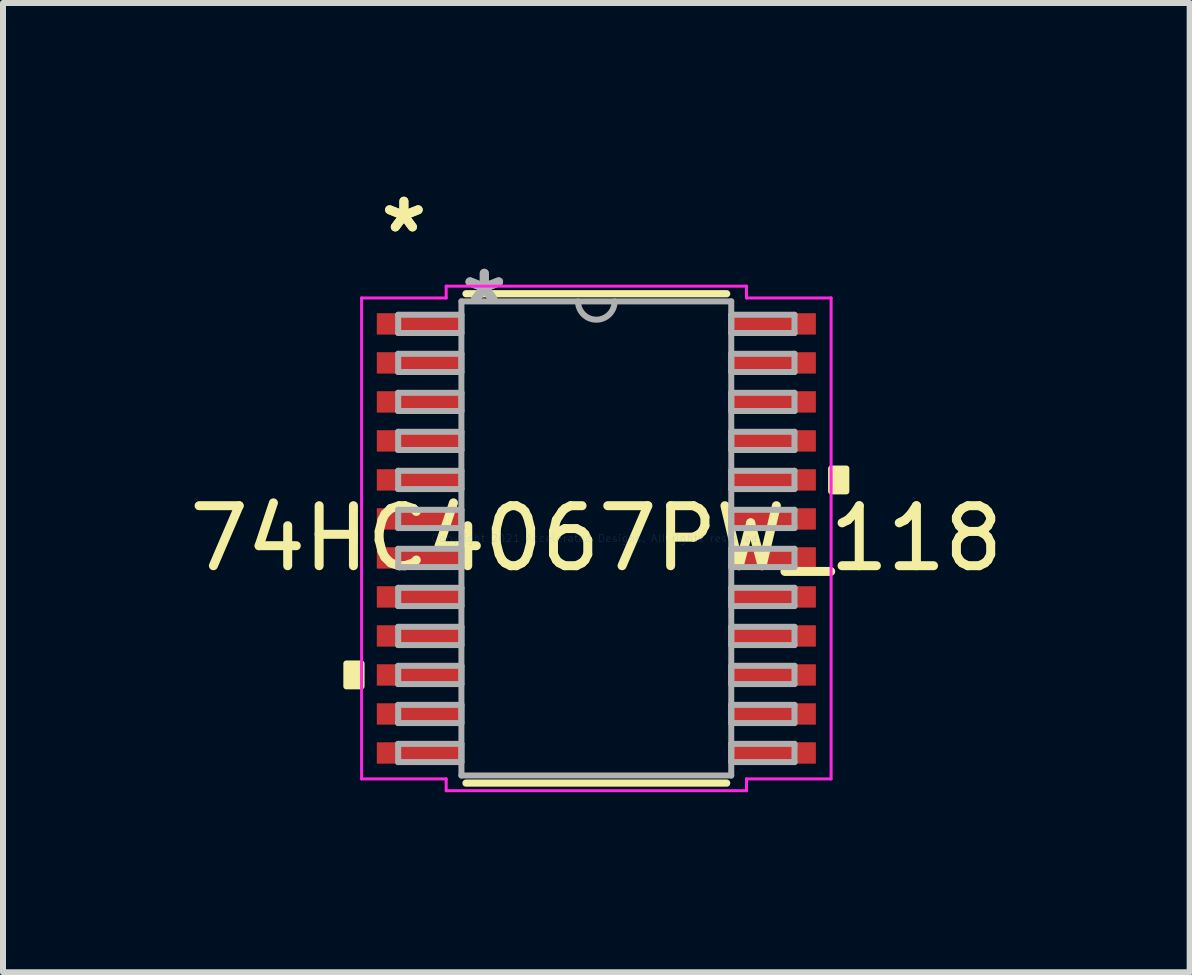
<source format=kicad_pcb>
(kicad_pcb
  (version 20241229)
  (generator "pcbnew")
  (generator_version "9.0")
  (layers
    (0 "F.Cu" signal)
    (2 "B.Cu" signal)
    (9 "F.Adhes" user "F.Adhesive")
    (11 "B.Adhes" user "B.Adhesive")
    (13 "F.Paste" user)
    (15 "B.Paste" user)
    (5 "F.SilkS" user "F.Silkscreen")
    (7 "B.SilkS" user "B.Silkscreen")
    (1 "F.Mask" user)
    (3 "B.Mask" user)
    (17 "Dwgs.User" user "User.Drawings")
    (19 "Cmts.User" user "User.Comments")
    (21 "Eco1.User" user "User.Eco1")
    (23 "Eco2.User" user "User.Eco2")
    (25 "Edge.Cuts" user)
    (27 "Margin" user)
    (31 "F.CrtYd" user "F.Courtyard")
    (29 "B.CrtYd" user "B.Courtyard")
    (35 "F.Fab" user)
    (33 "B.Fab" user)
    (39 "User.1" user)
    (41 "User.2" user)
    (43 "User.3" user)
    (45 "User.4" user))
  (footprint "74HC4067PW_118"
    (layer "F.Cu")
    (at 6.887 5.922)
    (property "Reference" "74HC4067PW_118" (at 0 0 0) (layer "F.SilkS") (effects (font (size 1 1) (thickness 0.15))))
    (attr through_hole)
    (fp_line (start -2.172 4.077) (end 2.172 4.077) (stroke (width 0.12) (type solid)) (layer "F.SilkS"))
    (fp_line (start 2.172 -4.077) (end -2.172 -4.077) (stroke (width 0.12) (type solid)) (layer "F.SilkS"))
    (fp_poly (pts (xy -4.166 2.084) (xy -4.166 2.465) (xy -3.912 2.465) (xy -3.912 2.084)) (stroke (width 0.1) (type solid)) (fill yes) (layer "F.SilkS"))
    (fp_poly (pts (xy 4.166 -1.165) (xy 4.166 -0.784) (xy 3.912 -0.784) (xy 3.912 -1.165)) (stroke (width 0.1) (type solid)) (fill yes) (layer "F.SilkS"))
    (fp_line (start -3.912 -4.007) (end -2.502 -4.007) (stroke (width 0.05) (type solid)) (layer "F.CrtYd"))
    (fp_line (start -3.912 4.007) (end -3.912 -4.007) (stroke (width 0.05) (type solid)) (layer "F.CrtYd"))
    (fp_line (start -2.502 -4.204) (end 2.502 -4.204) (stroke (width 0.05) (type solid)) (layer "F.CrtYd"))
    (fp_line (start -2.502 -4.007) (end -2.502 -4.204) (stroke (width 0.05) (type solid)) (layer "F.CrtYd"))
    (fp_line (start -2.502 4.007) (end -3.912 4.007) (stroke (width 0.05) (type solid)) (layer "F.CrtYd"))
    (fp_line (start -2.502 4.204) (end -2.502 4.007) (stroke (width 0.05) (type solid)) (layer "F.CrtYd"))
    (fp_line (start 2.502 -4.204) (end 2.502 -4.007) (stroke (width 0.05) (type solid)) (layer "F.CrtYd"))
    (fp_line (start 2.502 -4.007) (end 3.912 -4.007) (stroke (width 0.05) (type solid)) (layer "F.CrtYd"))
    (fp_line (start 2.502 4.007) (end 2.502 4.204) (stroke (width 0.05) (type solid)) (layer "F.CrtYd"))
    (fp_line (start 2.502 4.204) (end -2.502 4.204) (stroke (width 0.05) (type solid)) (layer "F.CrtYd"))
    (fp_line (start 3.912 -4.007) (end 3.912 4.007) (stroke (width 0.05) (type solid)) (layer "F.CrtYd"))
    (fp_line (start 3.912 4.007) (end 2.502 4.007) (stroke (width 0.05) (type solid)) (layer "F.CrtYd"))
    (fp_line (start -3.302 -3.727) (end -3.302 -3.423) (stroke (width 0.1) (type solid)) (layer "F.Fab"))
    (fp_line (start -3.302 -3.423) (end -2.248 -3.423) (stroke (width 0.1) (type solid)) (layer "F.Fab"))
    (fp_line (start -3.302 -3.077) (end -3.302 -2.773) (stroke (width 0.1) (type solid)) (layer "F.Fab"))
    (fp_line (start -3.302 -2.773) (end -2.248 -2.773) (stroke (width 0.1) (type solid)) (layer "F.Fab"))
    (fp_line (start -3.302 -2.427) (end -3.302 -2.123) (stroke (width 0.1) (type solid)) (layer "F.Fab"))
    (fp_line (start -3.302 -2.123) (end -2.248 -2.123) (stroke (width 0.1) (type solid)) (layer "F.Fab"))
    (fp_line (start -3.302 -1.777) (end -3.302 -1.473) (stroke (width 0.1) (type solid)) (layer "F.Fab"))
    (fp_line (start -3.302 -1.473) (end -2.248 -1.473) (stroke (width 0.1) (type solid)) (layer "F.Fab"))
    (fp_line (start -3.302 -1.127) (end -3.302 -0.823) (stroke (width 0.1) (type solid)) (layer "F.Fab"))
    (fp_line (start -3.302 -0.823) (end -2.248 -0.823) (stroke (width 0.1) (type solid)) (layer "F.Fab"))
    (fp_line (start -3.302 -0.477) (end -3.302 -0.173) (stroke (width 0.1) (type solid)) (layer "F.Fab"))
    (fp_line (start -3.302 -0.173) (end -2.248 -0.173) (stroke (width 0.1) (type solid)) (layer "F.Fab"))
    (fp_line (start -3.302 0.173) (end -3.302 0.477) (stroke (width 0.1) (type solid)) (layer "F.Fab"))
    (fp_line (start -3.302 0.477) (end -2.248 0.477) (stroke (width 0.1) (type solid)) (layer "F.Fab"))
    (fp_line (start -3.302 0.823) (end -3.302 1.127) (stroke (width 0.1) (type solid)) (layer "F.Fab"))
    (fp_line (start -3.302 1.127) (end -2.248 1.127) (stroke (width 0.1) (type solid)) (layer "F.Fab"))
    (fp_line (start -3.302 1.473) (end -3.302 1.777) (stroke (width 0.1) (type solid)) (layer "F.Fab"))
    (fp_line (start -3.302 1.777) (end -2.248 1.777) (stroke (width 0.1) (type solid)) (layer "F.Fab"))
    (fp_line (start -3.302 2.123) (end -3.302 2.427) (stroke (width 0.1) (type solid)) (layer "F.Fab"))
    (fp_line (start -3.302 2.427) (end -2.248 2.427) (stroke (width 0.1) (type solid)) (layer "F.Fab"))
    (fp_line (start -3.302 2.773) (end -3.302 3.077) (stroke (width 0.1) (type solid)) (layer "F.Fab"))
    (fp_line (start -3.302 3.077) (end -2.248 3.077) (stroke (width 0.1) (type solid)) (layer "F.Fab"))
    (fp_line (start -3.302 3.423) (end -3.302 3.727) (stroke (width 0.1) (type solid)) (layer "F.Fab"))
    (fp_line (start -3.302 3.727) (end -2.248 3.727) (stroke (width 0.1) (type solid)) (layer "F.Fab"))
    (fp_line (start -2.248 -3.95) (end -2.248 3.95) (stroke (width 0.1) (type solid)) (layer "F.Fab"))
    (fp_line (start -2.248 -3.727) (end -3.302 -3.727) (stroke (width 0.1) (type solid)) (layer "F.Fab"))
    (fp_line (start -2.248 -3.423) (end -2.248 -3.727) (stroke (width 0.1) (type solid)) (layer "F.Fab"))
    (fp_line (start -2.248 -3.077) (end -3.302 -3.077) (stroke (width 0.1) (type solid)) (layer "F.Fab"))
    (fp_line (start -2.248 -2.773) (end -2.248 -3.077) (stroke (width 0.1) (type solid)) (layer "F.Fab"))
    (fp_line (start -2.248 -2.427) (end -3.302 -2.427) (stroke (width 0.1) (type solid)) (layer "F.Fab"))
    (fp_line (start -2.248 -2.123) (end -2.248 -2.427) (stroke (width 0.1) (type solid)) (layer "F.Fab"))
    (fp_line (start -2.248 -1.777) (end -3.302 -1.777) (stroke (width 0.1) (type solid)) (layer "F.Fab"))
    (fp_line (start -2.248 -1.473) (end -2.248 -1.777) (stroke (width 0.1) (type solid)) (layer "F.Fab"))
    (fp_line (start -2.248 -1.127) (end -3.302 -1.127) (stroke (width 0.1) (type solid)) (layer "F.Fab"))
    (fp_line (start -2.248 -0.823) (end -2.248 -1.127) (stroke (width 0.1) (type solid)) (layer "F.Fab"))
    (fp_line (start -2.248 -0.477) (end -3.302 -0.477) (stroke (width 0.1) (type solid)) (layer "F.Fab"))
    (fp_line (start -2.248 -0.173) (end -2.248 -0.477) (stroke (width 0.1) (type solid)) (layer "F.Fab"))
    (fp_line (start -2.248 0.173) (end -3.302 0.173) (stroke (width 0.1) (type solid)) (layer "F.Fab"))
    (fp_line (start -2.248 0.477) (end -2.248 0.173) (stroke (width 0.1) (type solid)) (layer "F.Fab"))
    (fp_line (start -2.248 0.823) (end -3.302 0.823) (stroke (width 0.1) (type solid)) (layer "F.Fab"))
    (fp_line (start -2.248 1.127) (end -2.248 0.823) (stroke (width 0.1) (type solid)) (layer "F.Fab"))
    (fp_line (start -2.248 1.473) (end -3.302 1.473) (stroke (width 0.1) (type solid)) (layer "F.Fab"))
    (fp_line (start -2.248 1.777) (end -2.248 1.473) (stroke (width 0.1) (type solid)) (layer "F.Fab"))
    (fp_line (start -2.248 2.123) (end -3.302 2.123) (stroke (width 0.1) (type solid)) (layer "F.Fab"))
    (fp_line (start -2.248 2.427) (end -2.248 2.123) (stroke (width 0.1) (type solid)) (layer "F.Fab"))
    (fp_line (start -2.248 2.773) (end -3.302 2.773) (stroke (width 0.1) (type solid)) (layer "F.Fab"))
    (fp_line (start -2.248 3.077) (end -2.248 2.773) (stroke (width 0.1) (type solid)) (layer "F.Fab"))
    (fp_line (start -2.248 3.423) (end -3.302 3.423) (stroke (width 0.1) (type solid)) (layer "F.Fab"))
    (fp_line (start -2.248 3.727) (end -2.248 3.423) (stroke (width 0.1) (type solid)) (layer "F.Fab"))
    (fp_line (start -2.248 3.95) (end 2.248 3.95) (stroke (width 0.1) (type solid)) (layer "F.Fab"))
    (fp_line (start 2.248 -3.95) (end -2.248 -3.95) (stroke (width 0.1) (type solid)) (layer "F.Fab"))
    (fp_line (start 2.248 -3.727) (end 2.248 -3.423) (stroke (width 0.1) (type solid)) (layer "F.Fab"))
    (fp_line (start 2.248 -3.423) (end 3.302 -3.423) (stroke (width 0.1) (type solid)) (layer "F.Fab"))
    (fp_line (start 2.248 -3.077) (end 2.248 -2.773) (stroke (width 0.1) (type solid)) (layer "F.Fab"))
    (fp_line (start 2.248 -2.773) (end 3.302 -2.773) (stroke (width 0.1) (type solid)) (layer "F.Fab"))
    (fp_line (start 2.248 -2.427) (end 2.248 -2.123) (stroke (width 0.1) (type solid)) (layer "F.Fab"))
    (fp_line (start 2.248 -2.123) (end 3.302 -2.123) (stroke (width 0.1) (type solid)) (layer "F.Fab"))
    (fp_line (start 2.248 -1.777) (end 2.248 -1.473) (stroke (width 0.1) (type solid)) (layer "F.Fab"))
    (fp_line (start 2.248 -1.473) (end 3.302 -1.473) (stroke (width 0.1) (type solid)) (layer "F.Fab"))
    (fp_line (start 2.248 -1.127) (end 2.248 -0.823) (stroke (width 0.1) (type solid)) (layer "F.Fab"))
    (fp_line (start 2.248 -0.823) (end 3.302 -0.823) (stroke (width 0.1) (type solid)) (layer "F.Fab"))
    (fp_line (start 2.248 -0.477) (end 2.248 -0.173) (stroke (width 0.1) (type solid)) (layer "F.Fab"))
    (fp_line (start 2.248 -0.173) (end 3.302 -0.173) (stroke (width 0.1) (type solid)) (layer "F.Fab"))
    (fp_line (start 2.248 0.173) (end 2.248 0.477) (stroke (width 0.1) (type solid)) (layer "F.Fab"))
    (fp_line (start 2.248 0.477) (end 3.302 0.477) (stroke (width 0.1) (type solid)) (layer "F.Fab"))
    (fp_line (start 2.248 0.823) (end 2.248 1.127) (stroke (width 0.1) (type solid)) (layer "F.Fab"))
    (fp_line (start 2.248 1.127) (end 3.302 1.127) (stroke (width 0.1) (type solid)) (layer "F.Fab"))
    (fp_line (start 2.248 1.473) (end 2.248 1.777) (stroke (width 0.1) (type solid)) (layer "F.Fab"))
    (fp_line (start 2.248 1.777) (end 3.302 1.777) (stroke (width 0.1) (type solid)) (layer "F.Fab"))
    (fp_line (start 2.248 2.123) (end 2.248 2.427) (stroke (width 0.1) (type solid)) (layer "F.Fab"))
    (fp_line (start 2.248 2.427) (end 3.302 2.427) (stroke (width 0.1) (type solid)) (layer "F.Fab"))
    (fp_line (start 2.248 2.773) (end 2.248 3.077) (stroke (width 0.1) (type solid)) (layer "F.Fab"))
    (fp_line (start 2.248 3.077) (end 3.302 3.077) (stroke (width 0.1) (type solid)) (layer "F.Fab"))
    (fp_line (start 2.248 3.423) (end 2.248 3.727) (stroke (width 0.1) (type solid)) (layer "F.Fab"))
    (fp_line (start 2.248 3.727) (end 3.302 3.727) (stroke (width 0.1) (type solid)) (layer "F.Fab"))
    (fp_line (start 2.248 3.95) (end 2.248 -3.95) (stroke (width 0.1) (type solid)) (layer "F.Fab"))
    (fp_line (start 3.302 -3.727) (end 2.248 -3.727) (stroke (width 0.1) (type solid)) (layer "F.Fab"))
    (fp_line (start 3.302 -3.423) (end 3.302 -3.727) (stroke (width 0.1) (type solid)) (layer "F.Fab"))
    (fp_line (start 3.302 -3.077) (end 2.248 -3.077) (stroke (width 0.1) (type solid)) (layer "F.Fab"))
    (fp_line (start 3.302 -2.773) (end 3.302 -3.077) (stroke (width 0.1) (type solid)) (layer "F.Fab"))
    (fp_line (start 3.302 -2.427) (end 2.248 -2.427) (stroke (width 0.1) (type solid)) (layer "F.Fab"))
    (fp_line (start 3.302 -2.123) (end 3.302 -2.427) (stroke (width 0.1) (type solid)) (layer "F.Fab"))
    (fp_line (start 3.302 -1.777) (end 2.248 -1.777) (stroke (width 0.1) (type solid)) (layer "F.Fab"))
    (fp_line (start 3.302 -1.473) (end 3.302 -1.777) (stroke (width 0.1) (type solid)) (layer "F.Fab"))
    (fp_line (start 3.302 -1.127) (end 2.248 -1.127) (stroke (width 0.1) (type solid)) (layer "F.Fab"))
    (fp_line (start 3.302 -0.823) (end 3.302 -1.127) (stroke (width 0.1) (type solid)) (layer "F.Fab"))
    (fp_line (start 3.302 -0.477) (end 2.248 -0.477) (stroke (width 0.1) (type solid)) (layer "F.Fab"))
    (fp_line (start 3.302 -0.173) (end 3.302 -0.477) (stroke (width 0.1) (type solid)) (layer "F.Fab"))
    (fp_line (start 3.302 0.173) (end 2.248 0.173) (stroke (width 0.1) (type solid)) (layer "F.Fab"))
    (fp_line (start 3.302 0.477) (end 3.302 0.173) (stroke (width 0.1) (type solid)) (layer "F.Fab"))
    (fp_line (start 3.302 0.823) (end 2.248 0.823) (stroke (width 0.1) (type solid)) (layer "F.Fab"))
    (fp_line (start 3.302 1.127) (end 3.302 0.823) (stroke (width 0.1) (type solid)) (layer "F.Fab"))
    (fp_line (start 3.302 1.473) (end 2.248 1.473) (stroke (width 0.1) (type solid)) (layer "F.Fab"))
    (fp_line (start 3.302 1.777) (end 3.302 1.473) (stroke (width 0.1) (type solid)) (layer "F.Fab"))
    (fp_line (start 3.302 2.123) (end 2.248 2.123) (stroke (width 0.1) (type solid)) (layer "F.Fab"))
    (fp_line (start 3.302 2.427) (end 3.302 2.123) (stroke (width 0.1) (type solid)) (layer "F.Fab"))
    (fp_line (start 3.302 2.773) (end 2.248 2.773) (stroke (width 0.1) (type solid)) (layer "F.Fab"))
    (fp_line (start 3.302 3.077) (end 3.302 2.773) (stroke (width 0.1) (type solid)) (layer "F.Fab"))
    (fp_line (start 3.302 3.423) (end 2.248 3.423) (stroke (width 0.1) (type solid)) (layer "F.Fab"))
    (fp_line (start 3.302 3.727) (end 3.302 3.423) (stroke (width 0.1) (type solid)) (layer "F.Fab"))
    (fp_arc (start 0.3048 -3.9497) (mid 0 -3.6449) (end -0.3048 -3.9497) (stroke (width 0.1) (type solid)) (layer "F.Fab"))
    (fp_text user "*" (at -3.207 -5.074 0) (layer "F.SilkS") (effects (font (size 1 1) (thickness 0.15))))
    (fp_text user "*" (at -3.207 -5.074 0) (layer "F.SilkS") (effects (font (size 1 1) (thickness 0.15))))
    (fp_text user "Copyright 2021 Accelerated Designs. All rights reserved." (at 0 0 0) (layer "Cmts.User") (effects (font (size 0.127 0.127) (thickness 0.002))))
    (fp_text user "*" (at -1.867 -3.873 0) (layer "F.Fab") (effects (font (size 1 1) (thickness 0.15))))
    (fp_text user "*" (at -1.867 -3.873 0) (layer "F.Fab") (effects (font (size 1 1) (thickness 0.15))))
    (pad "1" smd rect (at -2.953 -3.575) (size 1.41 0.356) (layers "F.Cu" "F.Mask" "F.Paste"))
    (pad "2" smd rect (at -2.953 -2.925) (size 1.41 0.356) (layers "F.Cu" "F.Mask" "F.Paste"))
    (pad "3" smd rect (at -2.953 -2.275) (size 1.41 0.356) (layers "F.Cu" "F.Mask" "F.Paste"))
    (pad "4" smd rect (at -2.953 -1.625) (size 1.41 0.356) (layers "F.Cu" "F.Mask" "F.Paste"))
    (pad "5" smd rect (at -2.953 -0.975) (size 1.41 0.356) (layers "F.Cu" "F.Mask" "F.Paste"))
    (pad "6" smd rect (at -2.953 -0.325) (size 1.41 0.356) (layers "F.Cu" "F.Mask" "F.Paste"))
    (pad "7" smd rect (at -2.953 0.325) (size 1.41 0.356) (layers "F.Cu" "F.Mask" "F.Paste"))
    (pad "8" smd rect (at -2.953 0.975) (size 1.41 0.356) (layers "F.Cu" "F.Mask" "F.Paste"))
    (pad "9" smd rect (at -2.953 1.625) (size 1.41 0.356) (layers "F.Cu" "F.Mask" "F.Paste"))
    (pad "10" smd rect (at -2.953 2.275) (size 1.41 0.356) (layers "F.Cu" "F.Mask" "F.Paste"))
    (pad "11" smd rect (at -2.953 2.925) (size 1.41 0.356) (layers "F.Cu" "F.Mask" "F.Paste"))
    (pad "12" smd rect (at -2.953 3.575) (size 1.41 0.356) (layers "F.Cu" "F.Mask" "F.Paste"))
    (pad "13" smd rect (at 2.953 3.575) (size 1.41 0.356) (layers "F.Cu" "F.Mask" "F.Paste"))
    (pad "14" smd rect (at 2.953 2.925) (size 1.41 0.356) (layers "F.Cu" "F.Mask" "F.Paste"))
    (pad "15" smd rect (at 2.953 2.275) (size 1.41 0.356) (layers "F.Cu" "F.Mask" "F.Paste"))
    (pad "16" smd rect (at 2.953 1.625) (size 1.41 0.356) (layers "F.Cu" "F.Mask" "F.Paste"))
    (pad "17" smd rect (at 2.953 0.975) (size 1.41 0.356) (layers "F.Cu" "F.Mask" "F.Paste"))
    (pad "18" smd rect (at 2.953 0.325) (size 1.41 0.356) (layers "F.Cu" "F.Mask" "F.Paste"))
    (pad "19" smd rect (at 2.953 -0.325) (size 1.41 0.356) (layers "F.Cu" "F.Mask" "F.Paste"))
    (pad "20" smd rect (at 2.953 -0.975) (size 1.41 0.356) (layers "F.Cu" "F.Mask" "F.Paste"))
    (pad "21" smd rect (at 2.953 -1.625) (size 1.41 0.356) (layers "F.Cu" "F.Mask" "F.Paste"))
    (pad "22" smd rect (at 2.953 -2.275) (size 1.41 0.356) (layers "F.Cu" "F.Mask" "F.Paste"))
    (pad "23" smd rect (at 2.953 -2.925) (size 1.41 0.356) (layers "F.Cu" "F.Mask" "F.Paste"))
    (pad "24" smd rect (at 2.953 -3.575) (size 1.41 0.356) (layers "F.Cu" "F.Mask" "F.Paste")))
  (gr_rect
    (start -3 -3)
    (end 16.774 13.151)
    (stroke (width 0.1) (type default))
    (fill no)
    (layer "Edge.Cuts")))
</source>
